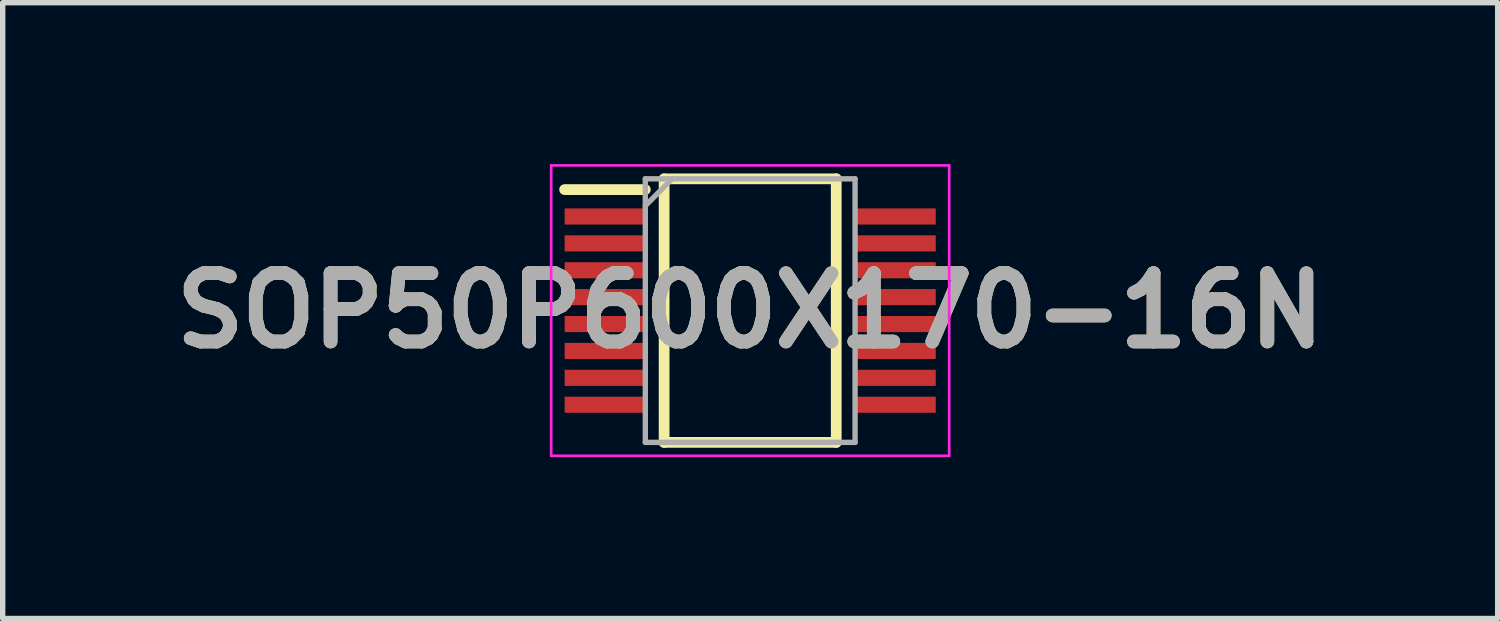
<source format=kicad_pcb>
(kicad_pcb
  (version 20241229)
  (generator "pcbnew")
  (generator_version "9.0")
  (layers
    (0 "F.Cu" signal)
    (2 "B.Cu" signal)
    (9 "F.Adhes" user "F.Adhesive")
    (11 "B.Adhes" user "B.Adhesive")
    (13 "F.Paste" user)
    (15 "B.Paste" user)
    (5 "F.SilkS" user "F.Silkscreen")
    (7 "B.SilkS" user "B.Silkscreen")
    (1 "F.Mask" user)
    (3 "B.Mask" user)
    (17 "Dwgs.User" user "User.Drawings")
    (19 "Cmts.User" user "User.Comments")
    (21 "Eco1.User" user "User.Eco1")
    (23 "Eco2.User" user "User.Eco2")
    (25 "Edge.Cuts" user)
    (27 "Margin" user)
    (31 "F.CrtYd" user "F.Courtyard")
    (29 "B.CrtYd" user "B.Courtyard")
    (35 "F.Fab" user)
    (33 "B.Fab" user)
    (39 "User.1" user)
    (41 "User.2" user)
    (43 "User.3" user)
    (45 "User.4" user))
  (footprint "SOP50P600X170-16N"
    (layer "F.Cu")
    (at 10.898 2.725)
    (property "Reference" "SOP50P600X170-16N" (at 0 0 0) (layer "F.SilkS") (effects (font (size 1.27 1.27) (thickness 0.254))))
    (attr smd)
    (fp_line (start -3.45 -2.25) (end -1.95 -2.25) (stroke (width 0.2) (type solid)) (layer "F.SilkS"))
    (fp_line (start -1.6 -2.45) (end 1.6 -2.45) (stroke (width 0.2) (type solid)) (layer "F.SilkS"))
    (fp_line (start -1.6 2.45) (end -1.6 -2.45) (stroke (width 0.2) (type solid)) (layer "F.SilkS"))
    (fp_line (start 1.6 -2.45) (end 1.6 2.45) (stroke (width 0.2) (type solid)) (layer "F.SilkS"))
    (fp_line (start 1.6 2.45) (end -1.6 2.45) (stroke (width 0.2) (type solid)) (layer "F.SilkS"))
    (fp_line (start -3.7 -2.7) (end 3.7 -2.7) (stroke (width 0.05) (type solid)) (layer "F.CrtYd"))
    (fp_line (start -3.7 2.7) (end -3.7 -2.7) (stroke (width 0.05) (type solid)) (layer "F.CrtYd"))
    (fp_line (start 3.7 -2.7) (end 3.7 2.7) (stroke (width 0.05) (type solid)) (layer "F.CrtYd"))
    (fp_line (start 3.7 2.7) (end -3.7 2.7) (stroke (width 0.05) (type solid)) (layer "F.CrtYd"))
    (fp_line (start -1.95 -2.45) (end 1.95 -2.45) (stroke (width 0.1) (type solid)) (layer "F.Fab"))
    (fp_line (start -1.95 -1.95) (end -1.45 -2.45) (stroke (width 0.1) (type solid)) (layer "F.Fab"))
    (fp_line (start -1.95 2.45) (end -1.95 -2.45) (stroke (width 0.1) (type solid)) (layer "F.Fab"))
    (fp_line (start 1.95 -2.45) (end 1.95 2.45) (stroke (width 0.1) (type solid)) (layer "F.Fab"))
    (fp_line (start 1.95 2.45) (end -1.95 2.45) (stroke (width 0.1) (type solid)) (layer "F.Fab"))
    (fp_text user "${REFERENCE}" (at 0 0 0) (layer "F.Fab") (effects (font (size 1.27 1.27) (thickness 0.254))))
    (pad "1" smd rect (at -2.7 -1.75 90) (size 0.3 1.5) (layers "F.Cu" "F.Mask" "F.Paste"))
    (pad "2" smd rect (at -2.7 -1.25 90) (size 0.3 1.5) (layers "F.Cu" "F.Mask" "F.Paste"))
    (pad "3" smd rect (at -2.7 -0.75 90) (size 0.3 1.5) (layers "F.Cu" "F.Mask" "F.Paste"))
    (pad "4" smd rect (at -2.7 -0.25 90) (size 0.3 1.5) (layers "F.Cu" "F.Mask" "F.Paste"))
    (pad "5" smd rect (at -2.7 0.25 90) (size 0.3 1.5) (layers "F.Cu" "F.Mask" "F.Paste"))
    (pad "6" smd rect (at -2.7 0.75 90) (size 0.3 1.5) (layers "F.Cu" "F.Mask" "F.Paste"))
    (pad "7" smd rect (at -2.7 1.25 90) (size 0.3 1.5) (layers "F.Cu" "F.Mask" "F.Paste"))
    (pad "8" smd rect (at -2.7 1.75 90) (size 0.3 1.5) (layers "F.Cu" "F.Mask" "F.Paste"))
    (pad "9" smd rect (at 2.7 1.75 90) (size 0.3 1.5) (layers "F.Cu" "F.Mask" "F.Paste"))
    (pad "10" smd rect (at 2.7 1.25 90) (size 0.3 1.5) (layers "F.Cu" "F.Mask" "F.Paste"))
    (pad "11" smd rect (at 2.7 0.75 90) (size 0.3 1.5) (layers "F.Cu" "F.Mask" "F.Paste"))
    (pad "12" smd rect (at 2.7 0.25 90) (size 0.3 1.5) (layers "F.Cu" "F.Mask" "F.Paste"))
    (pad "13" smd rect (at 2.7 -0.25 90) (size 0.3 1.5) (layers "F.Cu" "F.Mask" "F.Paste"))
    (pad "14" smd rect (at 2.7 -0.75 90) (size 0.3 1.5) (layers "F.Cu" "F.Mask" "F.Paste"))
    (pad "15" smd rect (at 2.7 -1.25 90) (size 0.3 1.5) (layers "F.Cu" "F.Mask" "F.Paste"))
    (pad "16" smd rect (at 2.7 -1.75 90) (size 0.3 1.5) (layers "F.Cu" "F.Mask" "F.Paste")))
  (gr_rect
    (start -3 -3)
    (end 24.796 8.45)
    (stroke (width 0.1) (type default))
    (fill no)
    (layer "Edge.Cuts")))
</source>
